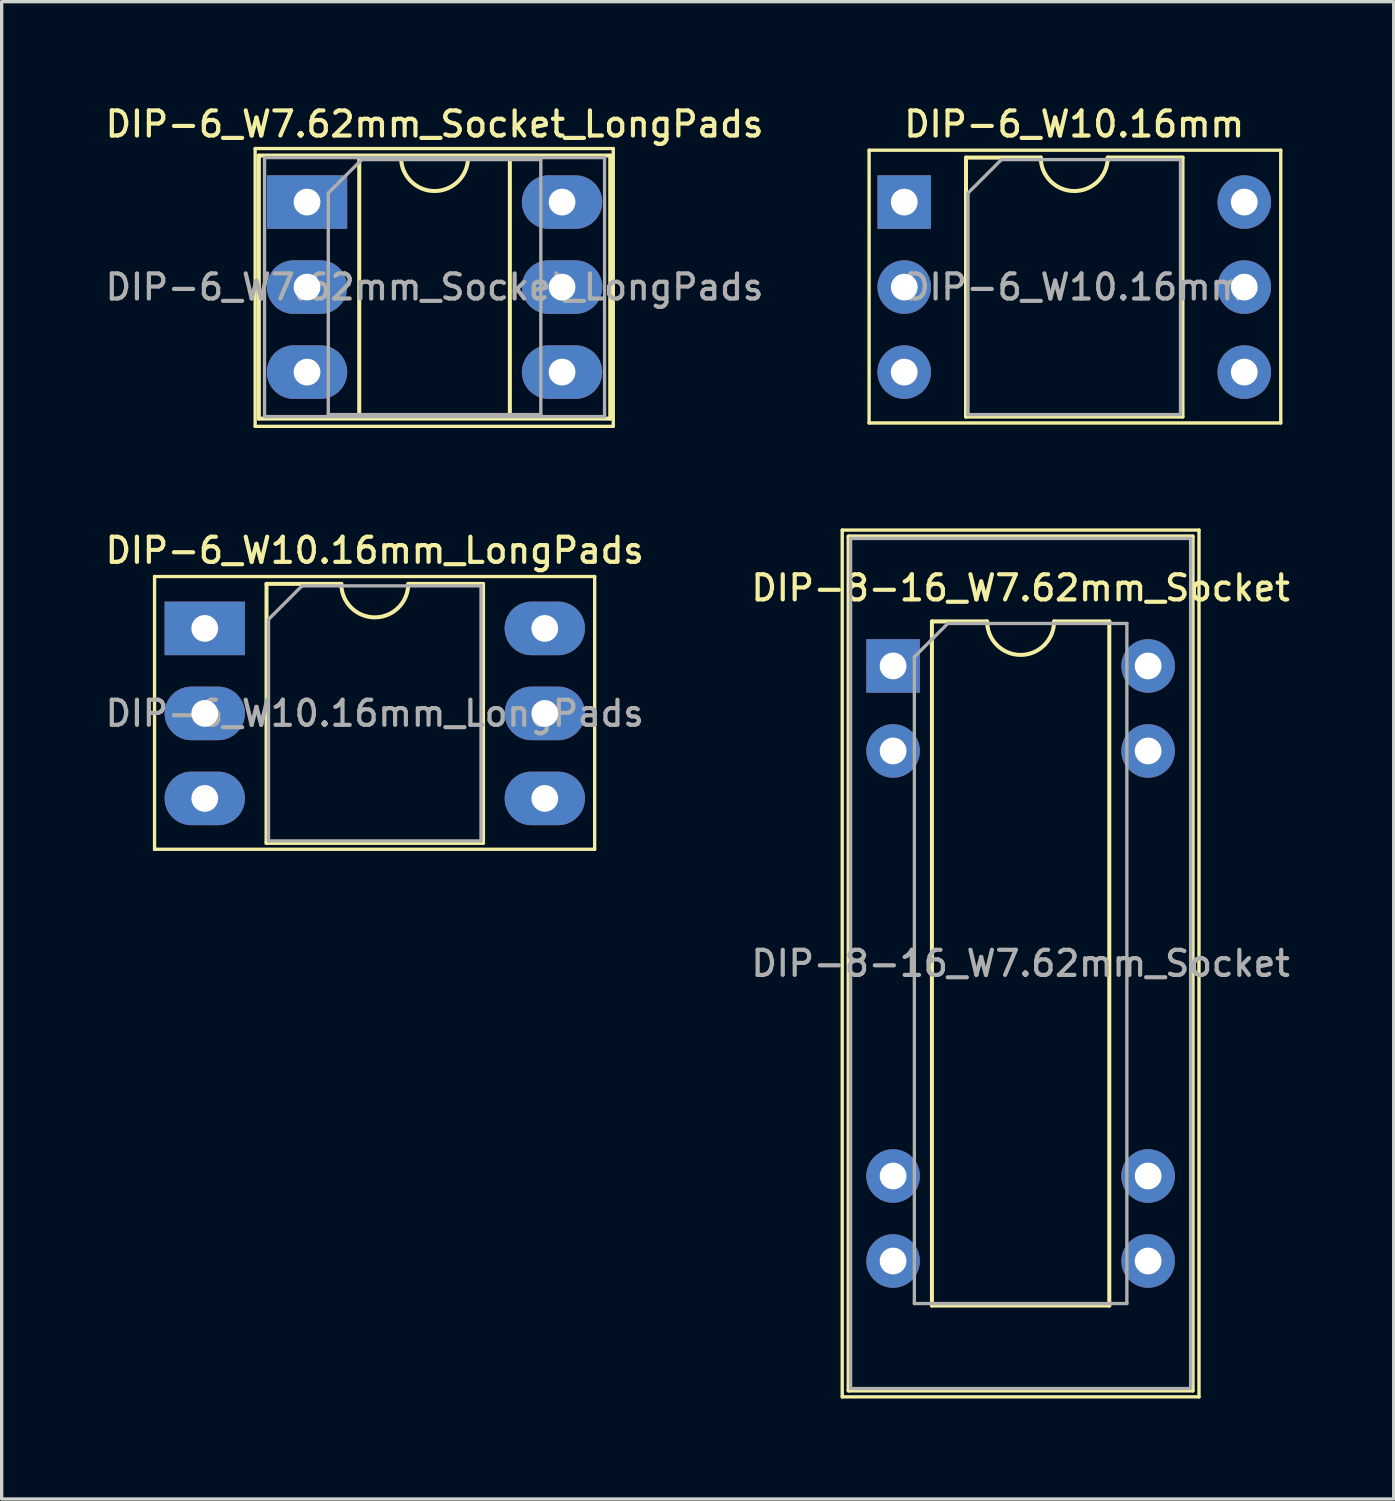
<source format=kicad_pcb>
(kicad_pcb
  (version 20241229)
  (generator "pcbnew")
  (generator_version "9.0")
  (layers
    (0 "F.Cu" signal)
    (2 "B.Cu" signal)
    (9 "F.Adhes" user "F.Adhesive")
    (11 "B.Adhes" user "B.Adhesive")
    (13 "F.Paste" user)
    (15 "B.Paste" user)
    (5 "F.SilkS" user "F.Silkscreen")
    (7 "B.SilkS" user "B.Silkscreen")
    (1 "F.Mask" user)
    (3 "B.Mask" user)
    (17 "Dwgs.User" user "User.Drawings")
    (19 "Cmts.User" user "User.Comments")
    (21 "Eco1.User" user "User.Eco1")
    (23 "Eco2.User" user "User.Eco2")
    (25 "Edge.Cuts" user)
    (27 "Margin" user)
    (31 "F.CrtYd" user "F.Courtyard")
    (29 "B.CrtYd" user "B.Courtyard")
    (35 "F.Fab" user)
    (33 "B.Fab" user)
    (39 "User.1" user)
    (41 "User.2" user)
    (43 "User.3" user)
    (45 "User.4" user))
  (footprint "DIP-6_W10.16mm"
    (layer "F.Cu")
    (at 23.968 2.988)
    (property "Reference" "DIP-6_W10.16mm" (at 5.08 -2.33 0) (layer "F.SilkS") (effects (font (size 0.75 0.75) (thickness 0.125))))
    (attr through_hole)
    (fp_line (start -1.05 -1.55) (end -1.05 6.6) (stroke (width 0.1) (type solid)) (layer "F.SilkS"))
    (fp_line (start -1.05 6.6) (end 11.25 6.6) (stroke (width 0.1) (type solid)) (layer "F.SilkS"))
    (fp_line (start 1.845 -1.33) (end 1.845 6.41) (stroke (width 0.12) (type solid)) (layer "F.SilkS"))
    (fp_line (start 1.845 6.41) (end 8.315 6.41) (stroke (width 0.12) (type solid)) (layer "F.SilkS"))
    (fp_line (start 4.08 -1.33) (end 1.845 -1.33) (stroke (width 0.12) (type solid)) (layer "F.SilkS"))
    (fp_line (start 8.315 -1.33) (end 6.08 -1.33) (stroke (width 0.12) (type solid)) (layer "F.SilkS"))
    (fp_line (start 8.315 6.41) (end 8.315 -1.33) (stroke (width 0.12) (type solid)) (layer "F.SilkS"))
    (fp_line (start 11.25 -1.55) (end -1.05 -1.55) (stroke (width 0.1) (type solid)) (layer "F.SilkS"))
    (fp_line (start 11.25 6.6) (end 11.25 -1.55) (stroke (width 0.1) (type solid)) (layer "F.SilkS"))
    (fp_arc (start 6.08 -1.33) (mid 5.08 -0.33) (end 4.08 -1.33) (stroke (width 0.12) (type solid)) (layer "F.SilkS"))
    (fp_line (start 1.905 -0.27) (end 2.905 -1.27) (stroke (width 0.1) (type solid)) (layer "F.Fab"))
    (fp_line (start 1.905 6.35) (end 1.905 -0.27) (stroke (width 0.1) (type solid)) (layer "F.Fab"))
    (fp_line (start 2.905 -1.27) (end 8.255 -1.27) (stroke (width 0.1) (type solid)) (layer "F.Fab"))
    (fp_line (start 8.255 -1.27) (end 8.255 6.35) (stroke (width 0.1) (type solid)) (layer "F.Fab"))
    (fp_line (start 8.255 6.35) (end 1.905 6.35) (stroke (width 0.1) (type solid)) (layer "F.Fab"))
    (fp_text user "${REFERENCE}" (at 5.08 2.54 0) (layer "F.Fab") (effects (font (size 0.75 0.75) (thickness 0.125))))
    (pad "1" thru_hole rect (at 0 0) (size 1.6 1.6) (drill 0.8) (layers "*.Cu" "*.Mask"))
    (pad "2" thru_hole oval (at 0 2.54) (size 1.6 1.6) (drill 0.8) (layers "*.Cu" "*.Mask"))
    (pad "3" thru_hole oval (at 0 5.08) (size 1.6 1.6) (drill 0.8) (layers "*.Cu" "*.Mask"))
    (pad "4" thru_hole oval (at 10.16 5.08) (size 1.6 1.6) (drill 0.8) (layers "*.Cu" "*.Mask"))
    (pad "5" thru_hole oval (at 10.16 2.54) (size 1.6 1.6) (drill 0.8) (layers "*.Cu" "*.Mask"))
    (pad "6" thru_hole oval (at 10.16 0) (size 1.6 1.6) (drill 0.8) (layers "*.Cu" "*.Mask")))
  (footprint "DIP-6_W10.16mm_LongPads"
    (layer "F.Cu")
    (at 3.068 15.726)
    (property "Reference" "DIP-6_W10.16mm_LongPads" (at 5.08 -2.33 0) (layer "F.SilkS") (effects (font (size 0.75 0.75) (thickness 0.125))))
    (attr through_hole)
    (fp_line (start -1.5 -1.55) (end -1.5 6.6) (stroke (width 0.1) (type solid)) (layer "F.SilkS"))
    (fp_line (start -1.5 6.6) (end 11.65 6.6) (stroke (width 0.1) (type solid)) (layer "F.SilkS"))
    (fp_line (start 1.845 -1.33) (end 1.845 6.41) (stroke (width 0.12) (type solid)) (layer "F.SilkS"))
    (fp_line (start 1.845 6.41) (end 8.315 6.41) (stroke (width 0.12) (type solid)) (layer "F.SilkS"))
    (fp_line (start 4.08 -1.33) (end 1.845 -1.33) (stroke (width 0.12) (type solid)) (layer "F.SilkS"))
    (fp_line (start 8.315 -1.33) (end 6.08 -1.33) (stroke (width 0.12) (type solid)) (layer "F.SilkS"))
    (fp_line (start 8.315 6.41) (end 8.315 -1.33) (stroke (width 0.12) (type solid)) (layer "F.SilkS"))
    (fp_line (start 11.65 -1.55) (end -1.5 -1.55) (stroke (width 0.1) (type solid)) (layer "F.SilkS"))
    (fp_line (start 11.65 6.6) (end 11.65 -1.55) (stroke (width 0.1) (type solid)) (layer "F.SilkS"))
    (fp_arc (start 6.08 -1.33) (mid 5.08 -0.33) (end 4.08 -1.33) (stroke (width 0.12) (type solid)) (layer "F.SilkS"))
    (fp_line (start 1.905 -0.27) (end 2.905 -1.27) (stroke (width 0.1) (type solid)) (layer "F.Fab"))
    (fp_line (start 1.905 6.35) (end 1.905 -0.27) (stroke (width 0.1) (type solid)) (layer "F.Fab"))
    (fp_line (start 2.905 -1.27) (end 8.255 -1.27) (stroke (width 0.1) (type solid)) (layer "F.Fab"))
    (fp_line (start 8.255 -1.27) (end 8.255 6.35) (stroke (width 0.1) (type solid)) (layer "F.Fab"))
    (fp_line (start 8.255 6.35) (end 1.905 6.35) (stroke (width 0.1) (type solid)) (layer "F.Fab"))
    (fp_text user "${REFERENCE}" (at 5.08 2.54 0) (layer "F.Fab") (effects (font (size 0.75 0.75) (thickness 0.125))))
    (pad "1" thru_hole rect (at 0 0) (size 2.4 1.6) (drill 0.8) (layers "*.Cu" "*.Mask"))
    (pad "2" thru_hole oval (at 0 2.54) (size 2.4 1.6) (drill 0.8) (layers "*.Cu" "*.Mask"))
    (pad "3" thru_hole oval (at 0 5.08) (size 2.4 1.6) (drill 0.8) (layers "*.Cu" "*.Mask"))
    (pad "4" thru_hole oval (at 10.16 5.08) (size 2.4 1.6) (drill 0.8) (layers "*.Cu" "*.Mask"))
    (pad "5" thru_hole oval (at 10.16 2.54) (size 2.4 1.6) (drill 0.8) (layers "*.Cu" "*.Mask"))
    (pad "6" thru_hole oval (at 10.16 0) (size 2.4 1.6) (drill 0.8) (layers "*.Cu" "*.Mask")))
  (footprint "DIP-6_W7.62mm_Socket_LongPads"
    (layer "F.Cu")
    (at 6.124 2.988)
    (property "Reference" "DIP-6_W7.62mm_Socket_LongPads" (at 3.81 -2.33 0) (layer "F.SilkS") (effects (font (size 0.75 0.75) (thickness 0.125))))
    (attr through_hole)
    (fp_line (start -1.55 -1.6) (end -1.55 6.7) (stroke (width 0.1) (type solid)) (layer "F.SilkS"))
    (fp_line (start -1.55 6.7) (end 9.15 6.7) (stroke (width 0.1) (type solid)) (layer "F.SilkS"))
    (fp_line (start -1.44 -1.39) (end -1.44 6.47) (stroke (width 0.12) (type solid)) (layer "F.SilkS"))
    (fp_line (start -1.44 6.47) (end 9.06 6.47) (stroke (width 0.12) (type solid)) (layer "F.SilkS"))
    (fp_line (start 1.56 -1.33) (end 1.56 6.41) (stroke (width 0.12) (type solid)) (layer "F.SilkS"))
    (fp_line (start 1.56 6.41) (end 6.06 6.41) (stroke (width 0.12) (type solid)) (layer "F.SilkS"))
    (fp_line (start 2.81 -1.33) (end 1.56 -1.33) (stroke (width 0.12) (type solid)) (layer "F.SilkS"))
    (fp_line (start 6.06 -1.33) (end 4.81 -1.33) (stroke (width 0.12) (type solid)) (layer "F.SilkS"))
    (fp_line (start 6.06 6.41) (end 6.06 -1.33) (stroke (width 0.12) (type solid)) (layer "F.SilkS"))
    (fp_line (start 9.06 -1.39) (end -1.44 -1.39) (stroke (width 0.12) (type solid)) (layer "F.SilkS"))
    (fp_line (start 9.06 6.47) (end 9.06 -1.39) (stroke (width 0.12) (type solid)) (layer "F.SilkS"))
    (fp_line (start 9.15 -1.6) (end -1.55 -1.6) (stroke (width 0.1) (type solid)) (layer "F.SilkS"))
    (fp_line (start 9.15 6.7) (end 9.15 -1.6) (stroke (width 0.1) (type solid)) (layer "F.SilkS"))
    (fp_arc (start 4.81 -1.33) (mid 3.81 -0.33) (end 2.81 -1.33) (stroke (width 0.12) (type solid)) (layer "F.SilkS"))
    (fp_line (start -1.27 -1.33) (end -1.27 6.41) (stroke (width 0.1) (type solid)) (layer "F.Fab"))
    (fp_line (start -1.27 6.41) (end 8.89 6.41) (stroke (width 0.1) (type solid)) (layer "F.Fab"))
    (fp_line (start 0.635 -0.27) (end 1.635 -1.27) (stroke (width 0.1) (type solid)) (layer "F.Fab"))
    (fp_line (start 0.635 6.35) (end 0.635 -0.27) (stroke (width 0.1) (type solid)) (layer "F.Fab"))
    (fp_line (start 1.635 -1.27) (end 6.985 -1.27) (stroke (width 0.1) (type solid)) (layer "F.Fab"))
    (fp_line (start 6.985 -1.27) (end 6.985 6.35) (stroke (width 0.1) (type solid)) (layer "F.Fab"))
    (fp_line (start 6.985 6.35) (end 0.635 6.35) (stroke (width 0.1) (type solid)) (layer "F.Fab"))
    (fp_line (start 8.89 -1.33) (end -1.27 -1.33) (stroke (width 0.1) (type solid)) (layer "F.Fab"))
    (fp_line (start 8.89 6.41) (end 8.89 -1.33) (stroke (width 0.1) (type solid)) (layer "F.Fab"))
    (fp_text user "${REFERENCE}" (at 3.81 2.54 0) (layer "F.Fab") (effects (font (size 0.75 0.75) (thickness 0.125))))
    (pad "1" thru_hole rect (at 0 0) (size 2.4 1.6) (drill 0.8) (layers "*.Cu" "*.Mask"))
    (pad "2" thru_hole oval (at 0 2.54) (size 2.4 1.6) (drill 0.8) (layers "*.Cu" "*.Mask"))
    (pad "3" thru_hole oval (at 0 5.08) (size 2.4 1.6) (drill 0.8) (layers "*.Cu" "*.Mask"))
    (pad "4" thru_hole oval (at 7.62 5.08) (size 2.4 1.6) (drill 0.8) (layers "*.Cu" "*.Mask"))
    (pad "5" thru_hole oval (at 7.62 2.54) (size 2.4 1.6) (drill 0.8) (layers "*.Cu" "*.Mask"))
    (pad "6" thru_hole oval (at 7.62 0) (size 2.4 1.6) (drill 0.8) (layers "*.Cu" "*.Mask")))
  (footprint "DIP-8-16_W7.62mm_Socket"
    (layer "F.Cu")
    (at 23.635 16.848)
    (property "Reference" "DIP-8-16_W7.62mm_Socket" (at 3.81 -2.33 0) (layer "F.SilkS") (effects (font (size 0.75 0.75) (thickness 0.125))))
    (attr through_hole)
    (fp_line (start -1.52 -4.06) (end -1.52 21.84) (stroke (width 0.1) (type solid)) (layer "F.SilkS"))
    (fp_line (start -1.52 21.84) (end 9.14 21.84) (stroke (width 0.1) (type solid)) (layer "F.SilkS"))
    (fp_line (start -1.33 -3.87) (end -1.33 21.65) (stroke (width 0.12) (type solid)) (layer "F.SilkS"))
    (fp_line (start -1.33 21.65) (end 8.95 21.65) (stroke (width 0.12) (type solid)) (layer "F.SilkS"))
    (fp_line (start 1.16 -1.33) (end 1.16 19.11) (stroke (width 0.12) (type solid)) (layer "F.SilkS"))
    (fp_line (start 1.16 19.11) (end 6.46 19.11) (stroke (width 0.12) (type solid)) (layer "F.SilkS"))
    (fp_line (start 2.81 -1.33) (end 1.16 -1.33) (stroke (width 0.12) (type solid)) (layer "F.SilkS"))
    (fp_line (start 6.46 -1.33) (end 4.81 -1.33) (stroke (width 0.12) (type solid)) (layer "F.SilkS"))
    (fp_line (start 6.46 19.11) (end 6.46 -1.33) (stroke (width 0.12) (type solid)) (layer "F.SilkS"))
    (fp_line (start 8.95 -3.87) (end -1.33 -3.87) (stroke (width 0.12) (type solid)) (layer "F.SilkS"))
    (fp_line (start 8.95 21.65) (end 8.95 -3.87) (stroke (width 0.12) (type solid)) (layer "F.SilkS"))
    (fp_line (start 9.14 -4.06) (end -1.52 -4.06) (stroke (width 0.1) (type solid)) (layer "F.SilkS"))
    (fp_line (start 9.14 21.84) (end 9.14 -4.06) (stroke (width 0.1) (type solid)) (layer "F.SilkS"))
    (fp_arc (start 4.81 -1.33) (mid 3.81 -0.33) (end 2.81 -1.33) (stroke (width 0.12) (type solid)) (layer "F.SilkS"))
    (fp_line (start -1.27 -3.81) (end -1.27 21.59) (stroke (width 0.1) (type solid)) (layer "F.Fab"))
    (fp_line (start -1.27 21.59) (end 8.89 21.59) (stroke (width 0.1) (type solid)) (layer "F.Fab"))
    (fp_line (start 0.635 -0.27) (end 1.635 -1.27) (stroke (width 0.1) (type solid)) (layer "F.Fab"))
    (fp_line (start 0.635 19.05) (end 0.635 -0.27) (stroke (width 0.1) (type solid)) (layer "F.Fab"))
    (fp_line (start 1.635 -1.27) (end 6.985 -1.27) (stroke (width 0.1) (type solid)) (layer "F.Fab"))
    (fp_line (start 6.985 -1.27) (end 6.985 19.05) (stroke (width 0.1) (type solid)) (layer "F.Fab"))
    (fp_line (start 6.985 19.05) (end 0.635 19.05) (stroke (width 0.1) (type solid)) (layer "F.Fab"))
    (fp_line (start 8.89 -3.81) (end -1.27 -3.81) (stroke (width 0.1) (type solid)) (layer "F.Fab"))
    (fp_line (start 8.89 21.59) (end 8.89 -3.81) (stroke (width 0.1) (type solid)) (layer "F.Fab"))
    (fp_text user "${REFERENCE}" (at 3.81 8.89 0) (layer "F.Fab") (effects (font (size 0.75 0.75) (thickness 0.125))))
    (pad "1" thru_hole rect (at 0 0) (size 1.6 1.6) (drill 0.8) (layers "*.Cu" "*.Mask"))
    (pad "2" thru_hole circle (at 0 2.54) (size 1.6 1.6) (drill 0.8) (layers "*.Cu" "*.Mask"))
    (pad "3" thru_hole circle (at 0 15.24) (size 1.6 1.6) (drill 0.8) (layers "*.Cu" "*.Mask"))
    (pad "4" thru_hole circle (at 0 17.78) (size 1.6 1.6) (drill 0.8) (layers "*.Cu" "*.Mask"))
    (pad "5" thru_hole circle (at 7.62 17.78) (size 1.6 1.6) (drill 0.8) (layers "*.Cu" "*.Mask"))
    (pad "6" thru_hole circle (at 7.62 15.24) (size 1.6 1.6) (drill 0.8) (layers "*.Cu" "*.Mask"))
    (pad "7" thru_hole circle (at 7.62 2.54) (size 1.6 1.6) (drill 0.8) (layers "*.Cu" "*.Mask"))
    (pad "8" thru_hole circle (at 7.62 0) (size 1.6 1.6) (drill 0.8) (layers "*.Cu" "*.Mask")))
  (gr_rect
    (start -3 -3)
    (end 38.593 41.738)
    (stroke (width 0.1) (type default))
    (fill no)
    (layer "Edge.Cuts")))
</source>
